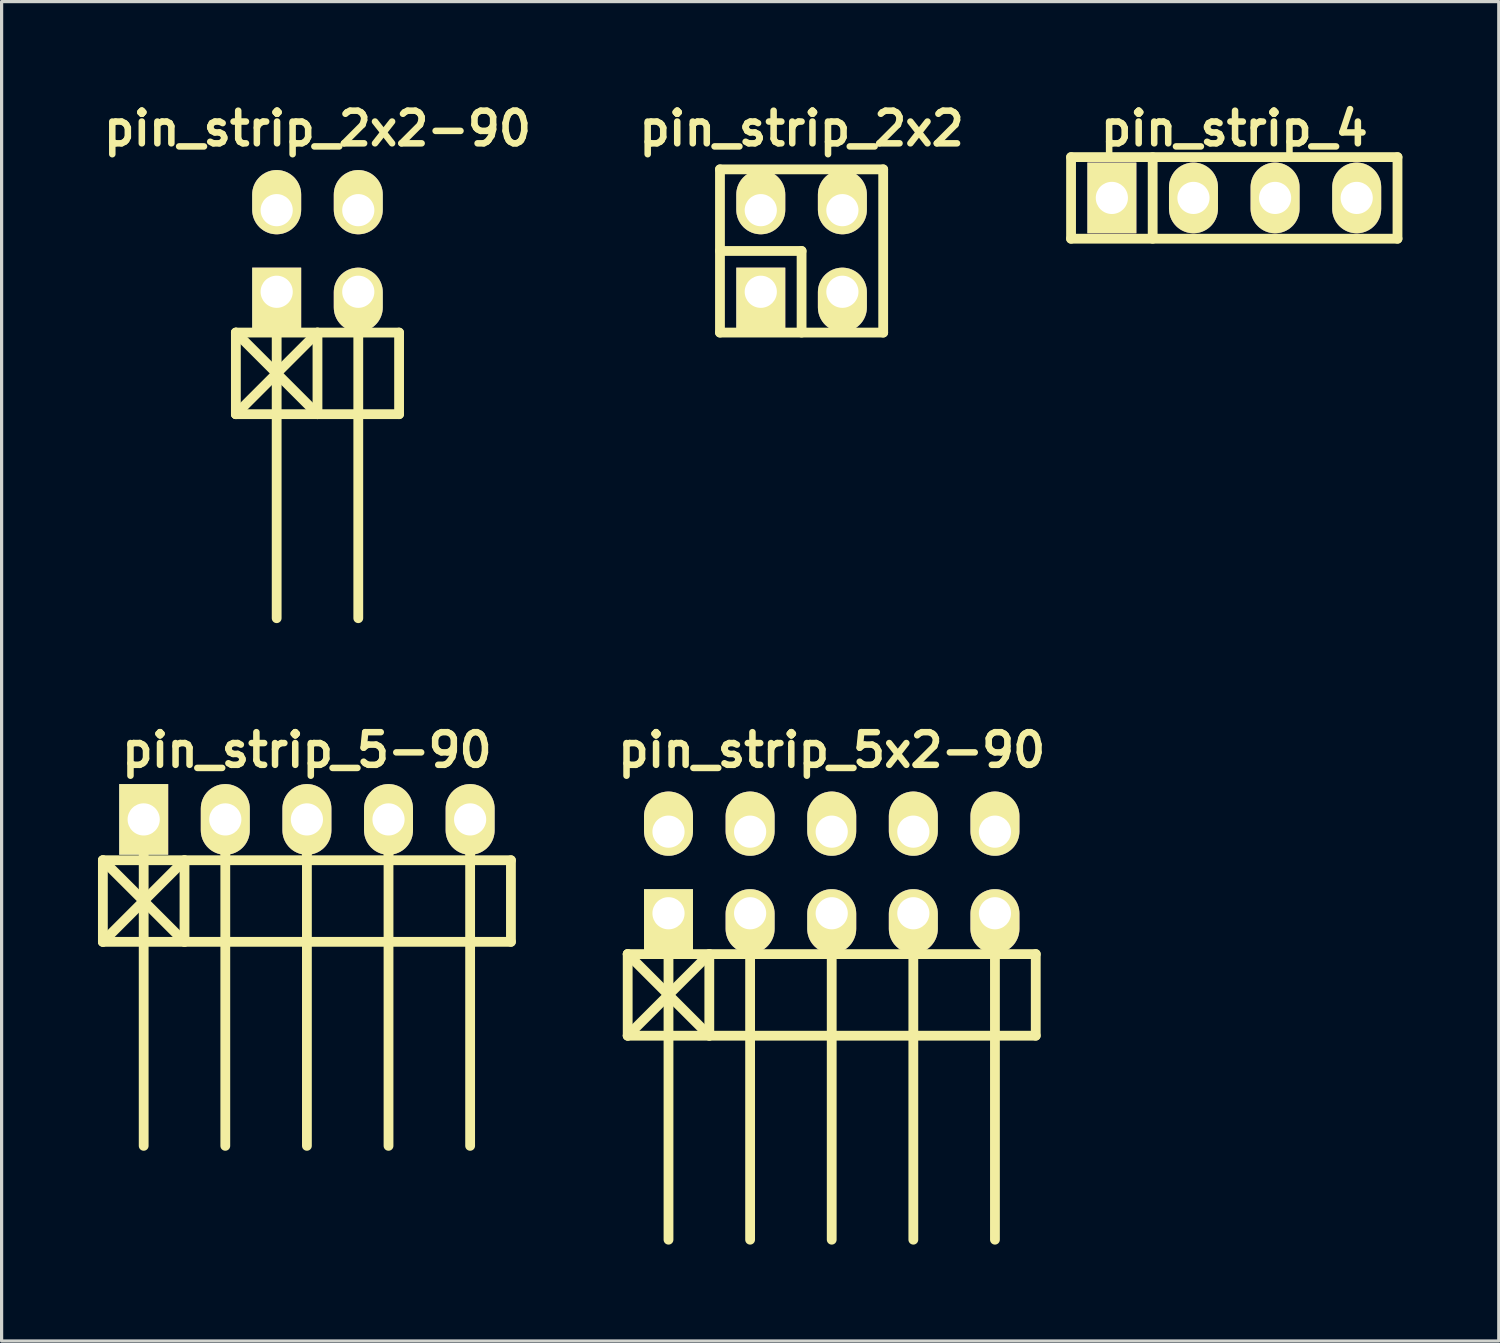
<source format=kicad_pcb>
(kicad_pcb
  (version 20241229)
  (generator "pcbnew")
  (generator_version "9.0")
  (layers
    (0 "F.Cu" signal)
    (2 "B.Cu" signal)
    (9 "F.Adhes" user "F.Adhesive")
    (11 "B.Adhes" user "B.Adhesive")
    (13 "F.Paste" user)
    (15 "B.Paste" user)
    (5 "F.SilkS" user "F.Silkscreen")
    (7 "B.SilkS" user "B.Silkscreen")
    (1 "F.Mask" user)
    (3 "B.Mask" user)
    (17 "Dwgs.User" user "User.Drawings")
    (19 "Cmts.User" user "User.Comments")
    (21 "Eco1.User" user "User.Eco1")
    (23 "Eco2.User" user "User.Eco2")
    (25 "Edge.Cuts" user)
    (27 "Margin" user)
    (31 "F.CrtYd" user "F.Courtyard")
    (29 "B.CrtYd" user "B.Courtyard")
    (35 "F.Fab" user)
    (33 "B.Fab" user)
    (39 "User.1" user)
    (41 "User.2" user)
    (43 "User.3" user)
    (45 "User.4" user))
  (footprint "pin_strip_2x2"
    (layer "F.Cu")
    (at 21.898 4.761)
    (property "Reference" "pin_strip_2x2" (at 0 -3.81 0) (layer "F.SilkS") (effects (font (size 1.016 1.016) (thickness 0.203))))
    (attr through_hole)
    (fp_line (start -2.54 -2.54) (end -2.54 2.54) (stroke (width 0.305) (type solid)) (layer "F.SilkS"))
    (fp_line (start -2.54 -2.54) (end 2.54 -2.54) (stroke (width 0.305) (type solid)) (layer "F.SilkS"))
    (fp_line (start -2.54 0) (end 0 0) (stroke (width 0.305) (type solid)) (layer "F.SilkS"))
    (fp_line (start 0 0) (end 0 2.54) (stroke (width 0.305) (type solid)) (layer "F.SilkS"))
    (fp_line (start 2.54 -2.54) (end 2.54 2.54) (stroke (width 0.305) (type solid)) (layer "F.SilkS"))
    (fp_line (start 2.54 2.54) (end -2.54 2.54) (stroke (width 0.305) (type solid)) (layer "F.SilkS"))
    (pad "1" thru_hole rect (at -1.27 1.27) (size 1.524 1.999) (drill 1.001 (offset 0 0.249)) (layers "*.Cu" "*.Mask" "F.SilkS"))
    (pad "2" thru_hole oval (at -1.27 -1.27) (size 1.524 1.999) (drill 1.001 (offset 0 -0.249)) (layers "*.Cu" "*.Mask" "F.SilkS"))
    (pad "3" thru_hole oval (at 1.27 1.27) (size 1.524 1.999) (drill 1.001 (offset 0 0.249)) (layers "*.Cu" "*.Mask" "F.SilkS"))
    (pad "4" thru_hole oval (at 1.27 -1.27) (size 1.524 1.999) (drill 1.001 (offset 0 -0.249)) (layers "*.Cu" "*.Mask" "F.SilkS")))
  (footprint "pin_strip_5-90"
    (layer "F.Cu")
    (at 6.502 22.453)
    (property "Reference" "pin_strip_5-90" (at 0 -2.159 0) (layer "F.SilkS") (effects (font (size 1.016 1.016) (thickness 0.203))))
    (attr through_hole)
    (fp_line (start -6.35 1.27) (end -3.81 3.81) (stroke (width 0.305) (type solid)) (layer "F.SilkS"))
    (fp_line (start -6.35 1.27) (end 6.35 1.27) (stroke (width 0.305) (type solid)) (layer "F.SilkS"))
    (fp_line (start -6.35 3.81) (end -6.35 1.27) (stroke (width 0.305) (type solid)) (layer "F.SilkS"))
    (fp_line (start -5.08 0) (end -5.08 10.16) (stroke (width 0.305) (type solid)) (layer "F.SilkS"))
    (fp_line (start -3.81 1.27) (end -6.35 3.81) (stroke (width 0.305) (type solid)) (layer "F.SilkS"))
    (fp_line (start -3.81 1.27) (end -3.81 3.81) (stroke (width 0.305) (type solid)) (layer "F.SilkS"))
    (fp_line (start -2.54 0) (end -2.54 10.16) (stroke (width 0.305) (type solid)) (layer "F.SilkS"))
    (fp_line (start 0 10.16) (end 0 0) (stroke (width 0.305) (type solid)) (layer "F.SilkS"))
    (fp_line (start 2.54 0) (end 2.54 10.16) (stroke (width 0.305) (type solid)) (layer "F.SilkS"))
    (fp_line (start 5.08 0) (end 5.08 10.16) (stroke (width 0.305) (type solid)) (layer "F.SilkS"))
    (fp_line (start 6.35 1.27) (end 6.35 3.81) (stroke (width 0.305) (type solid)) (layer "F.SilkS"))
    (fp_line (start 6.35 3.81) (end -6.35 3.81) (stroke (width 0.305) (type solid)) (layer "F.SilkS"))
    (pad "1" thru_hole rect (at -5.08 0) (size 1.524 2.2) (drill 1.001) (layers "*.Cu" "*.Mask" "F.SilkS"))
    (pad "2" thru_hole oval (at -2.54 0) (size 1.524 2.2) (drill 1.001) (layers "*.Cu" "*.Mask" "F.SilkS"))
    (pad "3" thru_hole oval (at 0 0) (size 1.524 2.2) (drill 1.001) (layers "*.Cu" "*.Mask" "F.SilkS"))
    (pad "4" thru_hole oval (at 2.54 0) (size 1.524 2.2) (drill 1.001) (layers "*.Cu" "*.Mask" "F.SilkS"))
    (pad "5" thru_hole oval (at 5.08 0) (size 1.524 2.2) (drill 1.001) (layers "*.Cu" "*.Mask" "F.SilkS")))
  (footprint "pin_strip_2x2-90"
    (layer "F.Cu")
    (at 6.831 4.761)
    (property "Reference" "pin_strip_2x2-90" (at 0 -3.81 0) (layer "F.SilkS") (effects (font (size 1.016 1.016) (thickness 0.203))))
    (attr through_hole)
    (fp_line (start -2.54 2.54) (end 2.54 2.54) (stroke (width 0.305) (type solid)) (layer "F.SilkS"))
    (fp_line (start -2.54 5.08) (end -2.54 2.54) (stroke (width 0.305) (type solid)) (layer "F.SilkS"))
    (fp_line (start -1.27 1.27) (end -1.27 11.43) (stroke (width 0.305) (type solid)) (layer "F.SilkS"))
    (fp_line (start 0 2.54) (end -2.54 5.08) (stroke (width 0.305) (type solid)) (layer "F.SilkS"))
    (fp_line (start 0 2.54) (end 0 5.08) (stroke (width 0.305) (type solid)) (layer "F.SilkS"))
    (fp_line (start 0 5.08) (end -2.54 2.54) (stroke (width 0.305) (type solid)) (layer "F.SilkS"))
    (fp_line (start 1.27 1.27) (end 1.27 11.43) (stroke (width 0.305) (type solid)) (layer "F.SilkS"))
    (fp_line (start 2.54 2.54) (end 2.54 5.08) (stroke (width 0.305) (type solid)) (layer "F.SilkS"))
    (fp_line (start 2.54 5.08) (end -2.54 5.08) (stroke (width 0.305) (type solid)) (layer "F.SilkS"))
    (pad "1" thru_hole rect (at -1.27 1.27) (size 1.524 1.999) (drill 1.001 (offset 0 0.249)) (layers "*.Cu" "*.Mask" "F.SilkS"))
    (pad "2" thru_hole oval (at -1.27 -1.27) (size 1.524 1.999) (drill 1.001 (offset 0 -0.249)) (layers "*.Cu" "*.Mask" "F.SilkS"))
    (pad "3" thru_hole oval (at 1.27 1.27) (size 1.524 1.999) (drill 1.001 (offset 0 0.249)) (layers "*.Cu" "*.Mask" "F.SilkS"))
    (pad "4" thru_hole oval (at 1.27 -1.27) (size 1.524 1.999) (drill 1.001 (offset 0 -0.249)) (layers "*.Cu" "*.Mask" "F.SilkS")))
  (footprint "pin_strip_5x2-90"
    (layer "F.Cu")
    (at 22.836 24.104)
    (property "Reference" "pin_strip_5x2-90" (at 0 -3.81 0) (layer "F.SilkS") (effects (font (size 1.016 1.016) (thickness 0.203))))
    (attr through_hole)
    (fp_line (start -6.35 2.54) (end -3.81 5.08) (stroke (width 0.305) (type solid)) (layer "F.SilkS"))
    (fp_line (start -6.35 2.54) (end 6.35 2.54) (stroke (width 0.305) (type solid)) (layer "F.SilkS"))
    (fp_line (start -6.35 5.08) (end -6.35 2.54) (stroke (width 0.305) (type solid)) (layer "F.SilkS"))
    (fp_line (start -5.08 1.27) (end -5.08 11.43) (stroke (width 0.305) (type solid)) (layer "F.SilkS"))
    (fp_line (start -3.81 2.54) (end -6.35 5.08) (stroke (width 0.305) (type solid)) (layer "F.SilkS"))
    (fp_line (start -3.81 5.08) (end -3.81 2.54) (stroke (width 0.305) (type solid)) (layer "F.SilkS"))
    (fp_line (start -2.54 1.27) (end -2.54 11.43) (stroke (width 0.305) (type solid)) (layer "F.SilkS"))
    (fp_line (start 0 11.43) (end 0 1.27) (stroke (width 0.305) (type solid)) (layer "F.SilkS"))
    (fp_line (start 2.54 1.27) (end 2.54 11.43) (stroke (width 0.305) (type solid)) (layer "F.SilkS"))
    (fp_line (start 5.08 1.27) (end 5.08 11.43) (stroke (width 0.305) (type solid)) (layer "F.SilkS"))
    (fp_line (start 6.35 2.54) (end 6.35 5.08) (stroke (width 0.305) (type solid)) (layer "F.SilkS"))
    (fp_line (start 6.35 5.08) (end -6.35 5.08) (stroke (width 0.305) (type solid)) (layer "F.SilkS"))
    (pad "1" thru_hole rect (at -5.08 1.27) (size 1.524 1.999) (drill 1.001 (offset 0 0.249)) (layers "*.Cu" "*.Mask" "F.SilkS"))
    (pad "2" thru_hole oval (at -5.08 -1.27) (size 1.524 1.999) (drill 1.001 (offset 0 -0.249)) (layers "*.Cu" "*.Mask" "F.SilkS"))
    (pad "3" thru_hole oval (at -2.54 1.27) (size 1.524 1.999) (drill 1.001 (offset 0 0.249)) (layers "*.Cu" "*.Mask" "F.SilkS"))
    (pad "4" thru_hole oval (at -2.54 -1.27) (size 1.524 1.999) (drill 1.001 (offset 0 -0.249)) (layers "*.Cu" "*.Mask" "F.SilkS"))
    (pad "5" thru_hole oval (at 0 1.27) (size 1.524 1.999) (drill 1.001 (offset 0 0.249)) (layers "*.Cu" "*.Mask" "F.SilkS"))
    (pad "6" thru_hole oval (at 0 -1.27) (size 1.524 1.999) (drill 1.001 (offset 0 -0.249)) (layers "*.Cu" "*.Mask" "F.SilkS"))
    (pad "7" thru_hole oval (at 2.54 1.27) (size 1.524 1.999) (drill 1.001 (offset 0 0.249)) (layers "*.Cu" "*.Mask" "F.SilkS"))
    (pad "8" thru_hole oval (at 2.54 -1.27) (size 1.524 1.999) (drill 1.001 (offset 0 -0.249)) (layers "*.Cu" "*.Mask" "F.SilkS"))
    (pad "9" thru_hole oval (at 5.08 1.27) (size 1.524 1.999) (drill 1.001 (offset 0 0.249)) (layers "*.Cu" "*.Mask" "F.SilkS"))
    (pad "10" thru_hole oval (at 5.08 -1.27) (size 1.524 1.999) (drill 1.001 (offset 0 -0.249)) (layers "*.Cu" "*.Mask" "F.SilkS")))
  (footprint "pin_strip_4"
    (layer "F.Cu")
    (at 35.365 3.11)
    (property "Reference" "pin_strip_4" (at 0 -2.159 0) (layer "F.SilkS") (effects (font (size 1.016 1.016) (thickness 0.203))))
    (attr through_hole)
    (fp_line (start -5.08 -1.27) (end 5.08 -1.27) (stroke (width 0.305) (type solid)) (layer "F.SilkS"))
    (fp_line (start -5.08 1.27) (end -5.08 -1.27) (stroke (width 0.305) (type solid)) (layer "F.SilkS"))
    (fp_line (start -2.54 -1.27) (end -2.54 1.27) (stroke (width 0.305) (type solid)) (layer "F.SilkS"))
    (fp_line (start 5.08 -1.27) (end 5.08 1.27) (stroke (width 0.305) (type solid)) (layer "F.SilkS"))
    (fp_line (start 5.08 1.27) (end -5.08 1.27) (stroke (width 0.305) (type solid)) (layer "F.SilkS"))
    (pad "1" thru_hole rect (at -3.81 0) (size 1.524 2.2) (drill 1.001) (layers "*.Cu" "*.Mask" "F.SilkS"))
    (pad "2" thru_hole oval (at -1.27 0) (size 1.524 2.2) (drill 1.001) (layers "*.Cu" "*.Mask" "F.SilkS"))
    (pad "3" thru_hole oval (at 1.27 0) (size 1.524 2.2) (drill 1.001) (layers "*.Cu" "*.Mask" "F.SilkS"))
    (pad "4" thru_hole oval (at 3.81 0) (size 1.524 2.2) (drill 1.001) (layers "*.Cu" "*.Mask" "F.SilkS")))
  (gr_rect
    (start -3 -3)
    (end 43.597 38.687)
    (stroke (width 0.1) (type default))
    (fill no)
    (layer "Edge.Cuts")))
</source>
